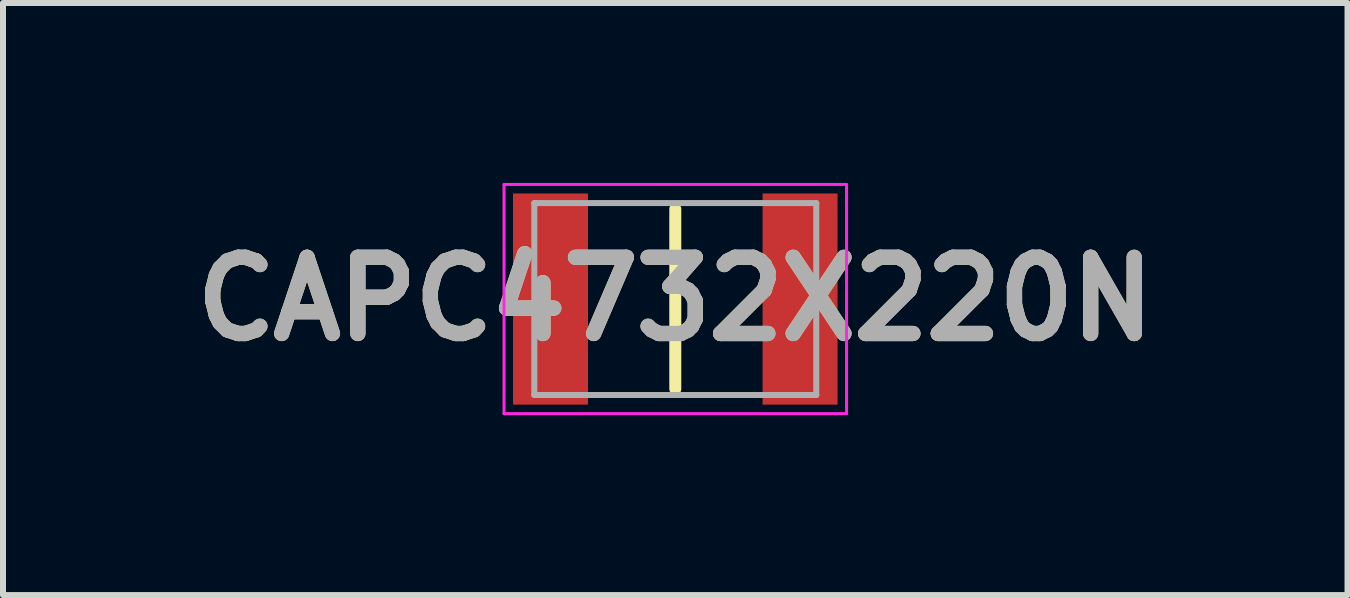
<source format=kicad_pcb>
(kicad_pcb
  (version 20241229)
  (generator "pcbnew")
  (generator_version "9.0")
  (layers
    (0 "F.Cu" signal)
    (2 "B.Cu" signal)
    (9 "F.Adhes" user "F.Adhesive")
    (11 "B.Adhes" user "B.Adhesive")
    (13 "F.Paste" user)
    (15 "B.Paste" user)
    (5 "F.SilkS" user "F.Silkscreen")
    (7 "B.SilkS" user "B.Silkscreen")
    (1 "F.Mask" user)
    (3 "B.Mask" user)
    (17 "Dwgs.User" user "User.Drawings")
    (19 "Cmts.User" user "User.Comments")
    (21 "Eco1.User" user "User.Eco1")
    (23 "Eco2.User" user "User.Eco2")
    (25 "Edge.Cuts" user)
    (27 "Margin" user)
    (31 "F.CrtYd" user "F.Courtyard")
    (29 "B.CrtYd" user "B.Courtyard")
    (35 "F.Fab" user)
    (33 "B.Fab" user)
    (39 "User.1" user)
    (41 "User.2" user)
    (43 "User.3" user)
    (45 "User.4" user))
  (footprint "CAPC4732X220N"
    (layer "F.Cu")
    (at 8.207 1.935)
    (property "Reference" "CAPC4732X220N" (at 0 0 0) (layer "F.SilkS") (effects (font (size 1.27 1.27) (thickness 0.254))))
    (attr smd)
    (fp_line (start 0 -1.5) (end 0 1.5) (stroke (width 0.2) (type solid)) (layer "F.SilkS"))
    (fp_line (start -2.855 -1.91) (end 2.855 -1.91) (stroke (width 0.05) (type solid)) (layer "F.CrtYd"))
    (fp_line (start -2.855 1.91) (end -2.855 -1.91) (stroke (width 0.05) (type solid)) (layer "F.CrtYd"))
    (fp_line (start 2.855 -1.91) (end 2.855 1.91) (stroke (width 0.05) (type solid)) (layer "F.CrtYd"))
    (fp_line (start 2.855 1.91) (end -2.855 1.91) (stroke (width 0.05) (type solid)) (layer "F.CrtYd"))
    (fp_line (start -2.35 -1.6) (end 2.35 -1.6) (stroke (width 0.1) (type solid)) (layer "F.Fab"))
    (fp_line (start -2.35 1.6) (end -2.35 -1.6) (stroke (width 0.1) (type solid)) (layer "F.Fab"))
    (fp_line (start 2.35 -1.6) (end 2.35 1.6) (stroke (width 0.1) (type solid)) (layer "F.Fab"))
    (fp_line (start 2.35 1.6) (end -2.35 1.6) (stroke (width 0.1) (type solid)) (layer "F.Fab"))
    (fp_text user "${REFERENCE}" (at 0 0 0) (layer "F.Fab") (effects (font (size 1.27 1.27) (thickness 0.254))))
    (pad "1" smd rect (at -2.08 0) (size 1.25 3.52) (layers "F.Cu" "F.Mask" "F.Paste"))
    (pad "2" smd rect (at 2.08 0) (size 1.25 3.52) (layers "F.Cu" "F.Mask" "F.Paste")))
  (gr_rect
    (start -3 -3)
    (end 19.413 6.87)
    (stroke (width 0.1) (type default))
    (fill no)
    (layer "Edge.Cuts")))
</source>
